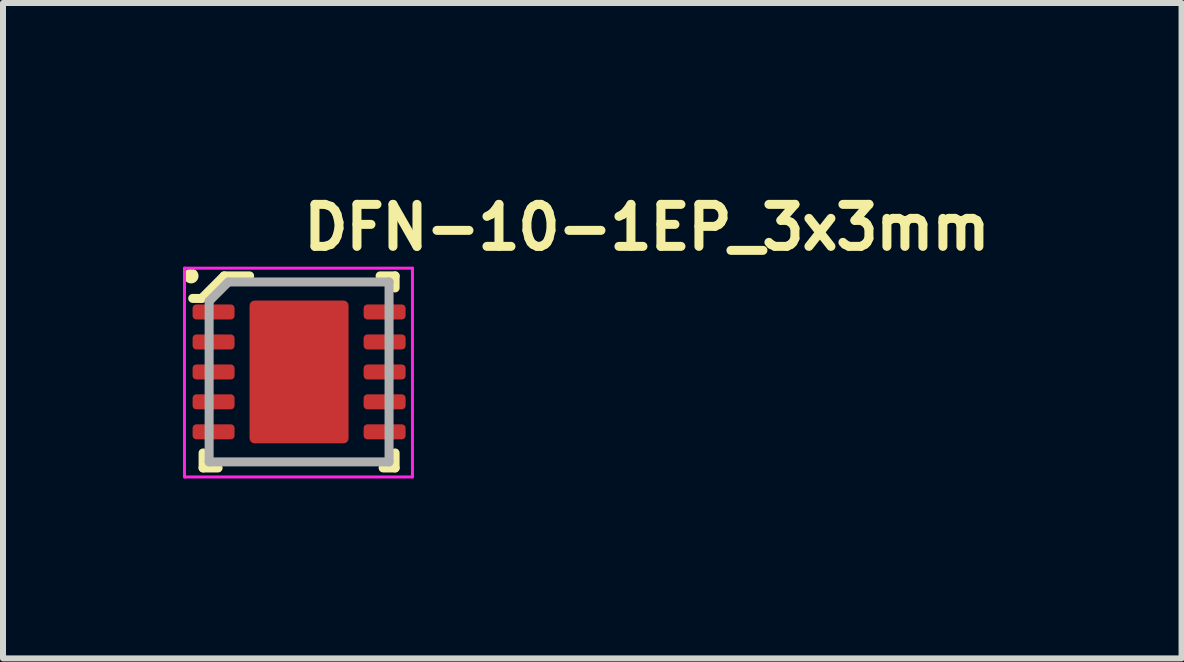
<source format=kicad_pcb>
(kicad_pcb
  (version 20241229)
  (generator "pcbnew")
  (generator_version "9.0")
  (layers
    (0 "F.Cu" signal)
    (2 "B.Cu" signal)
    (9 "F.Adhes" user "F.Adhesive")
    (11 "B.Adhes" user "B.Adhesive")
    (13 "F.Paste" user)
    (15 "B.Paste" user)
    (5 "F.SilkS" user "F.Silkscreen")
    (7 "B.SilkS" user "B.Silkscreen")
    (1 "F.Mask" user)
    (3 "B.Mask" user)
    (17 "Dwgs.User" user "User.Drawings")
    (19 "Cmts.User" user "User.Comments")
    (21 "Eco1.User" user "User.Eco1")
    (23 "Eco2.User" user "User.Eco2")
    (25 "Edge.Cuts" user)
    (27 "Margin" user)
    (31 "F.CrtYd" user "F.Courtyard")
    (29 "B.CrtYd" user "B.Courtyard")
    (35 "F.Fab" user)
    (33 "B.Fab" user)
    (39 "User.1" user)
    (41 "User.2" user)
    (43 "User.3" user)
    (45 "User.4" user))
  (footprint "DFN-10-1EP_3x3mm"
    (layer "F.Cu")
    (at 1.935 3.15)
    (property "Reference" "DFN-10-1EP_3x3mm" (at 0 -2 0) (layer "F.SilkS") (effects (font (size 0.7 0.7) (thickness 0.15)) (justify left bottom)))
    (attr smd)
    (fp_line (start -1.624 -1.226) (end -1.773 -1.226) (stroke (width 0.15) (type solid)) (layer "F.SilkS"))
    (fp_line (start -1.6 1.6) (end -1.6 1.35) (stroke (width 0.15) (type solid)) (layer "F.SilkS"))
    (fp_line (start -1.6 1.6) (end -1.35 1.6) (stroke (width 0.15) (type solid)) (layer "F.SilkS"))
    (fp_line (start -1.249 -1.601) (end -1.624 -1.226) (stroke (width 0.15) (type solid)) (layer "F.SilkS"))
    (fp_line (start -1.249 -1.601) (end -0.824 -1.601) (stroke (width 0.15) (type solid)) (layer "F.SilkS"))
    (fp_line (start 1.601 -1.601) (end 1.351 -1.601) (stroke (width 0.15) (type solid)) (layer "F.SilkS"))
    (fp_line (start 1.601 -1.601) (end 1.601 -1.401) (stroke (width 0.15) (type solid)) (layer "F.SilkS"))
    (fp_line (start 1.601 1.6) (end 1.401 1.6) (stroke (width 0.15) (type solid)) (layer "F.SilkS"))
    (fp_line (start 1.601 1.6) (end 1.601 1.35) (stroke (width 0.15) (type solid)) (layer "F.SilkS"))
    (fp_circle (center -1.8 -1.6) (end -1.8 -1.551) (stroke (width 0.15) (type solid)) (fill yes) (layer "F.SilkS"))
    (fp_line (start -1.91 -1.73) (end 1.89 -1.73) (stroke (width 0.05) (type solid)) (layer "F.CrtYd"))
    (fp_line (start -1.91 1.75) (end -1.91 -1.73) (stroke (width 0.05) (type solid)) (layer "F.CrtYd"))
    (fp_line (start 1.89 1.75) (end -1.91 1.75) (stroke (width 0.05) (type solid)) (layer "F.CrtYd"))
    (fp_line (start 1.89 1.75) (end 1.89 -1.73) (stroke (width 0.05) (type solid)) (layer "F.CrtYd"))
    (fp_line (start -1.499 -1.18) (end -1.179 -1.5) (stroke (width 0.15) (type solid)) (layer "F.Fab"))
    (fp_line (start -1.499 1.499) (end -1.499 -1.176) (stroke (width 0.15) (type solid)) (layer "F.Fab"))
    (fp_line (start 1.5 -1.5) (end -1.175 -1.5) (stroke (width 0.15) (type solid)) (layer "F.Fab"))
    (fp_line (start 1.5 -1.5) (end 1.5 1.499) (stroke (width 0.15) (type solid)) (layer "F.Fab"))
    (fp_line (start 1.5 1.499) (end -1.499 1.499) (stroke (width 0.15) (type solid)) (layer "F.Fab"))
    (fp_rect (start -1.5 1.49) (end 1.499 -1.489) (stroke (width 0.1) (type solid)) (fill no) (layer "User.5"))
    (fp_line (start -1.5 -1.124) (end -1.5 -0.873) (stroke (width 0.02) (type solid)) (layer "User.9"))
    (fp_line (start -1.5 -0.873) (end -1.49 -0.873) (stroke (width 0.02) (type solid)) (layer "User.9"))
    (fp_line (start -1.5 -0.623) (end -1.5 -0.373) (stroke (width 0.02) (type solid)) (layer "User.9"))
    (fp_line (start -1.5 -0.373) (end -1.49 -0.373) (stroke (width 0.02) (type solid)) (layer "User.9"))
    (fp_line (start -1.5 -0.123) (end -1.5 0.125) (stroke (width 0.02) (type solid)) (layer "User.9"))
    (fp_line (start -1.5 0.125) (end -1.49 0.125) (stroke (width 0.02) (type solid)) (layer "User.9"))
    (fp_line (start -1.5 0.375) (end -1.5 0.625) (stroke (width 0.02) (type solid)) (layer "User.9"))
    (fp_line (start -1.5 0.625) (end -1.49 0.625) (stroke (width 0.02) (type solid)) (layer "User.9"))
    (fp_line (start -1.5 0.875) (end -1.5 1.125) (stroke (width 0.02) (type solid)) (layer "User.9"))
    (fp_line (start -1.5 1.125) (end -1.49 1.125) (stroke (width 0.02) (type solid)) (layer "User.9"))
    (fp_line (start -1.49 -1.489) (end -1.49 1.49) (stroke (width 0.02) (type solid)) (layer "User.9"))
    (fp_line (start -1.49 -1.489) (end 1.489 -1.489) (stroke (width 0.02) (type solid)) (layer "User.9"))
    (fp_line (start -1.49 -1.124) (end -1.5 -1.124) (stroke (width 0.02) (type solid)) (layer "User.9"))
    (fp_line (start -1.49 -0.623) (end -1.5 -0.623) (stroke (width 0.02) (type solid)) (layer "User.9"))
    (fp_line (start -1.49 -0.123) (end -1.5 -0.123) (stroke (width 0.02) (type solid)) (layer "User.9"))
    (fp_line (start -1.49 0.375) (end -1.5 0.375) (stroke (width 0.02) (type solid)) (layer "User.9"))
    (fp_line (start -1.49 0.875) (end -1.5 0.875) (stroke (width 0.02) (type solid)) (layer "User.9"))
    (fp_line (start -1.49 1.49) (end 1.489 1.49) (stroke (width 0.02) (type solid)) (layer "User.9"))
    (fp_line (start -1.151 -0.912) (end -1.151 -0.9) (stroke (width 0.02) (type solid)) (layer "User.9"))
    (fp_line (start -1.151 -0.9) (end -1.151 -0.9) (stroke (width 0.02) (type solid)) (layer "User.9"))
    (fp_line (start -1.151 -0.9) (end -1.151 -0.886) (stroke (width 0.02) (type solid)) (layer "User.9"))
    (fp_line (start -1.151 -0.886) (end -1.149 -0.873) (stroke (width 0.02) (type solid)) (layer "User.9"))
    (fp_line (start -1.149 -0.938) (end -1.149 -0.925) (stroke (width 0.02) (type solid)) (layer "User.9"))
    (fp_line (start -1.149 -0.925) (end -1.151 -0.912) (stroke (width 0.02) (type solid)) (layer "User.9"))
    (fp_line (start -1.149 -0.873) (end -1.149 -0.86) (stroke (width 0.02) (type solid)) (layer "User.9"))
    (fp_line (start -1.149 -0.86) (end -1.145 -0.848) (stroke (width 0.02) (type solid)) (layer "User.9"))
    (fp_line (start -1.145 -0.95) (end -1.149 -0.938) (stroke (width 0.02) (type solid)) (layer "User.9"))
    (fp_line (start -1.145 -0.848) (end -1.143 -0.836) (stroke (width 0.02) (type solid)) (layer "User.9"))
    (fp_line (start -1.143 -0.961) (end -1.145 -0.95) (stroke (width 0.02) (type solid)) (layer "User.9"))
    (fp_line (start -1.143 -0.836) (end -1.139 -0.825) (stroke (width 0.02) (type solid)) (layer "User.9"))
    (fp_line (start -1.139 -0.973) (end -1.143 -0.961) (stroke (width 0.02) (type solid)) (layer "User.9"))
    (fp_line (start -1.139 -0.825) (end -1.135 -0.814) (stroke (width 0.02) (type solid)) (layer "User.9"))
    (fp_line (start -1.135 -0.984) (end -1.139 -0.973) (stroke (width 0.02) (type solid)) (layer "User.9"))
    (fp_line (start -1.135 -0.814) (end -1.131 -0.802) (stroke (width 0.02) (type solid)) (layer "User.9"))
    (fp_line (start -1.131 -0.996) (end -1.135 -0.984) (stroke (width 0.02) (type solid)) (layer "User.9"))
    (fp_line (start -1.131 -0.802) (end -1.127 -0.791) (stroke (width 0.02) (type solid)) (layer "User.9"))
    (fp_line (start -1.127 -1.007) (end -1.131 -0.996) (stroke (width 0.02) (type solid)) (layer "User.9"))
    (fp_line (start -1.127 -0.791) (end -1.121 -0.78) (stroke (width 0.02) (type solid)) (layer "User.9"))
    (fp_line (start -1.121 -1.019) (end -1.127 -1.007) (stroke (width 0.02) (type solid)) (layer "User.9"))
    (fp_line (start -1.121 -0.78) (end -1.115 -0.77) (stroke (width 0.02) (type solid)) (layer "User.9"))
    (fp_line (start -1.115 -1.028) (end -1.121 -1.019) (stroke (width 0.02) (type solid)) (layer "User.9"))
    (fp_line (start -1.115 -0.77) (end -1.109 -0.759) (stroke (width 0.02) (type solid)) (layer "User.9"))
    (fp_line (start -1.109 -1.038) (end -1.115 -1.028) (stroke (width 0.02) (type solid)) (layer "User.9"))
    (fp_line (start -1.109 -0.759) (end -1.101 -0.749) (stroke (width 0.02) (type solid)) (layer "User.9"))
    (fp_line (start -1.101 -1.048) (end -1.109 -1.038) (stroke (width 0.02) (type solid)) (layer "User.9"))
    (fp_line (start -1.101 -0.749) (end -1.093 -0.739) (stroke (width 0.02) (type solid)) (layer "User.9"))
    (fp_line (start -1.093 -1.058) (end -1.101 -1.048) (stroke (width 0.02) (type solid)) (layer "User.9"))
    (fp_line (start -1.093 -0.739) (end -1.087 -0.73) (stroke (width 0.02) (type solid)) (layer "User.9"))
    (fp_line (start -1.087 -1.068) (end -1.093 -1.058) (stroke (width 0.02) (type solid)) (layer "User.9"))
    (fp_line (start -1.087 -0.73) (end -1.077 -0.722) (stroke (width 0.02) (type solid)) (layer "User.9"))
    (fp_line (start -1.077 -1.076) (end -1.087 -1.068) (stroke (width 0.02) (type solid)) (layer "User.9"))
    (fp_line (start -1.077 -0.722) (end -1.069 -0.713) (stroke (width 0.02) (type solid)) (layer "User.9"))
    (fp_line (start -1.069 -1.084) (end -1.077 -1.076) (stroke (width 0.02) (type solid)) (layer "User.9"))
    (fp_line (start -1.069 -0.713) (end -1.061 -0.706) (stroke (width 0.02) (type solid)) (layer "User.9"))
    (fp_line (start -1.061 -1.092) (end -1.069 -1.084) (stroke (width 0.02) (type solid)) (layer "User.9"))
    (fp_line (start -1.061 -0.706) (end -1.051 -0.699) (stroke (width 0.02) (type solid)) (layer "User.9"))
    (fp_line (start -1.051 -1.1) (end -1.061 -1.092) (stroke (width 0.02) (type solid)) (layer "User.9"))
    (fp_line (start -1.051 -0.699) (end -1.041 -0.692) (stroke (width 0.02) (type solid)) (layer "User.9"))
    (fp_line (start -1.041 -1.106) (end -1.051 -1.1) (stroke (width 0.02) (type solid)) (layer "User.9"))
    (fp_line (start -1.041 -0.692) (end -1.031 -0.686) (stroke (width 0.02) (type solid)) (layer "User.9"))
    (fp_line (start -1.031 -1.112) (end -1.041 -1.106) (stroke (width 0.02) (type solid)) (layer "User.9"))
    (fp_line (start -1.031 -0.686) (end -1.02 -0.68) (stroke (width 0.02) (type solid)) (layer "User.9"))
    (fp_line (start -1.02 -1.118) (end -1.031 -1.112) (stroke (width 0.02) (type solid)) (layer "User.9"))
    (fp_line (start -1.02 -0.68) (end -1.01 -0.674) (stroke (width 0.02) (type solid)) (layer "User.9"))
    (fp_line (start -1.01 -1.124) (end -1.02 -1.118) (stroke (width 0.02) (type solid)) (layer "User.9"))
    (fp_line (start -1.01 -0.674) (end -0.998 -0.669) (stroke (width 0.02) (type solid)) (layer "User.9"))
    (fp_line (start -0.998 -1.13) (end -1.01 -1.124) (stroke (width 0.02) (type solid)) (layer "User.9"))
    (fp_line (start -0.998 -0.669) (end -0.986 -0.665) (stroke (width 0.02) (type solid)) (layer "User.9"))
    (fp_line (start -0.986 -1.134) (end -0.998 -1.13) (stroke (width 0.02) (type solid)) (layer "User.9"))
    (fp_line (start -0.986 -0.665) (end -0.975 -0.661) (stroke (width 0.02) (type solid)) (layer "User.9"))
    (fp_line (start -0.975 -1.138) (end -0.986 -1.134) (stroke (width 0.02) (type solid)) (layer "User.9"))
    (fp_line (start -0.975 -0.661) (end -0.963 -0.657) (stroke (width 0.02) (type solid)) (layer "User.9"))
    (fp_line (start -0.963 -1.142) (end -0.975 -1.138) (stroke (width 0.02) (type solid)) (layer "User.9"))
    (fp_line (start -0.963 -0.657) (end -0.952 -0.655) (stroke (width 0.02) (type solid)) (layer "User.9"))
    (fp_line (start -0.952 -1.144) (end -0.963 -1.142) (stroke (width 0.02) (type solid)) (layer "User.9"))
    (fp_line (start -0.952 -0.655) (end -0.94 -0.652) (stroke (width 0.02) (type solid)) (layer "User.9"))
    (fp_line (start -0.94 -1.146) (end -0.952 -1.144) (stroke (width 0.02) (type solid)) (layer "User.9"))
    (fp_line (start -0.94 -0.652) (end -0.927 -0.651) (stroke (width 0.02) (type solid)) (layer "User.9"))
    (fp_line (start -0.927 -1.148) (end -0.94 -1.146) (stroke (width 0.02) (type solid)) (layer "User.9"))
    (fp_line (start -0.927 -0.651) (end -0.914 -0.65) (stroke (width 0.02) (type solid)) (layer "User.9"))
    (fp_line (start -0.914 -1.148) (end -0.927 -1.148) (stroke (width 0.02) (type solid)) (layer "User.9"))
    (fp_line (start -0.914 -0.65) (end -0.902 -0.65) (stroke (width 0.02) (type solid)) (layer "User.9"))
    (fp_line (start -0.902 -1.148) (end -0.914 -1.148) (stroke (width 0.02) (type solid)) (layer "User.9"))
    (fp_line (start -0.902 -1.148) (end -0.902 -1.148) (stroke (width 0.02) (type solid)) (layer "User.9"))
    (fp_line (start -0.902 -1.148) (end -0.902 -1.148) (stroke (width 0.02) (type solid)) (layer "User.9"))
    (fp_line (start -0.902 -0.65) (end -0.902 -0.65) (stroke (width 0.02) (type solid)) (layer "User.9"))
    (fp_line (start -0.902 -0.65) (end -0.888 -0.65) (stroke (width 0.02) (type solid)) (layer "User.9"))
    (fp_line (start -0.888 -1.148) (end -0.902 -1.148) (stroke (width 0.02) (type solid)) (layer "User.9"))
    (fp_line (start -0.888 -0.65) (end -0.875 -0.651) (stroke (width 0.02) (type solid)) (layer "User.9"))
    (fp_line (start -0.875 -1.148) (end -0.888 -1.148) (stroke (width 0.02) (type solid)) (layer "User.9"))
    (fp_line (start -0.875 -0.651) (end -0.862 -0.652) (stroke (width 0.02) (type solid)) (layer "User.9"))
    (fp_line (start -0.862 -1.146) (end -0.875 -1.148) (stroke (width 0.02) (type solid)) (layer "User.9"))
    (fp_line (start -0.862 -0.652) (end -0.85 -0.655) (stroke (width 0.02) (type solid)) (layer "User.9"))
    (fp_line (start -0.85 -1.144) (end -0.862 -1.146) (stroke (width 0.02) (type solid)) (layer "User.9"))
    (fp_line (start -0.85 -0.655) (end -0.838 -0.657) (stroke (width 0.02) (type solid)) (layer "User.9"))
    (fp_line (start -0.838 -1.142) (end -0.85 -1.144) (stroke (width 0.02) (type solid)) (layer "User.9"))
    (fp_line (start -0.838 -0.657) (end -0.827 -0.661) (stroke (width 0.02) (type solid)) (layer "User.9"))
    (fp_line (start -0.827 -1.138) (end -0.838 -1.142) (stroke (width 0.02) (type solid)) (layer "User.9"))
    (fp_line (start -0.827 -0.661) (end -0.816 -0.665) (stroke (width 0.02) (type solid)) (layer "User.9"))
    (fp_line (start -0.816 -1.134) (end -0.827 -1.138) (stroke (width 0.02) (type solid)) (layer "User.9"))
    (fp_line (start -0.816 -0.665) (end -0.804 -0.669) (stroke (width 0.02) (type solid)) (layer "User.9"))
    (fp_line (start -0.804 -1.13) (end -0.816 -1.134) (stroke (width 0.02) (type solid)) (layer "User.9"))
    (fp_line (start -0.804 -0.669) (end -0.793 -0.674) (stroke (width 0.02) (type solid)) (layer "User.9"))
    (fp_line (start -0.793 -1.124) (end -0.804 -1.13) (stroke (width 0.02) (type solid)) (layer "User.9"))
    (fp_line (start -0.793 -0.674) (end -0.782 -0.68) (stroke (width 0.02) (type solid)) (layer "User.9"))
    (fp_line (start -0.782 -1.118) (end -0.793 -1.124) (stroke (width 0.02) (type solid)) (layer "User.9"))
    (fp_line (start -0.782 -0.68) (end -0.772 -0.686) (stroke (width 0.02) (type solid)) (layer "User.9"))
    (fp_line (start -0.772 -1.112) (end -0.782 -1.118) (stroke (width 0.02) (type solid)) (layer "User.9"))
    (fp_line (start -0.772 -0.686) (end -0.761 -0.692) (stroke (width 0.02) (type solid)) (layer "User.9"))
    (fp_line (start -0.761 -1.106) (end -0.772 -1.112) (stroke (width 0.02) (type solid)) (layer "User.9"))
    (fp_line (start -0.761 -0.692) (end -0.751 -0.699) (stroke (width 0.02) (type solid)) (layer "User.9"))
    (fp_line (start -0.751 -1.1) (end -0.761 -1.106) (stroke (width 0.02) (type solid)) (layer "User.9"))
    (fp_line (start -0.751 -0.699) (end -0.741 -0.706) (stroke (width 0.02) (type solid)) (layer "User.9"))
    (fp_line (start -0.741 -1.092) (end -0.751 -1.1) (stroke (width 0.02) (type solid)) (layer "User.9"))
    (fp_line (start -0.741 -0.706) (end -0.732 -0.713) (stroke (width 0.02) (type solid)) (layer "User.9"))
    (fp_line (start -0.732 -1.084) (end -0.741 -1.092) (stroke (width 0.02) (type solid)) (layer "User.9"))
    (fp_line (start -0.732 -0.713) (end -0.724 -0.722) (stroke (width 0.02) (type solid)) (layer "User.9"))
    (fp_line (start -0.724 -1.076) (end -0.732 -1.084) (stroke (width 0.02) (type solid)) (layer "User.9"))
    (fp_line (start -0.724 -0.722) (end -0.715 -0.73) (stroke (width 0.02) (type solid)) (layer "User.9"))
    (fp_line (start -0.715 -1.068) (end -0.724 -1.076) (stroke (width 0.02) (type solid)) (layer "User.9"))
    (fp_line (start -0.715 -0.73) (end -0.708 -0.739) (stroke (width 0.02) (type solid)) (layer "User.9"))
    (fp_line (start -0.708 -1.058) (end -0.715 -1.068) (stroke (width 0.02) (type solid)) (layer "User.9"))
    (fp_line (start -0.708 -0.739) (end -0.701 -0.749) (stroke (width 0.02) (type solid)) (layer "User.9"))
    (fp_line (start -0.701 -1.048) (end -0.708 -1.058) (stroke (width 0.02) (type solid)) (layer "User.9"))
    (fp_line (start -0.701 -0.749) (end -0.694 -0.759) (stroke (width 0.02) (type solid)) (layer "User.9"))
    (fp_line (start -0.694 -1.038) (end -0.701 -1.048) (stroke (width 0.02) (type solid)) (layer "User.9"))
    (fp_line (start -0.694 -0.759) (end -0.688 -0.77) (stroke (width 0.02) (type solid)) (layer "User.9"))
    (fp_line (start -0.688 -1.028) (end -0.694 -1.038) (stroke (width 0.02) (type solid)) (layer "User.9"))
    (fp_line (start -0.688 -0.77) (end -0.682 -0.78) (stroke (width 0.02) (type solid)) (layer "User.9"))
    (fp_line (start -0.682 -1.019) (end -0.688 -1.028) (stroke (width 0.02) (type solid)) (layer "User.9"))
    (fp_line (start -0.682 -0.78) (end -0.676 -0.791) (stroke (width 0.02) (type solid)) (layer "User.9"))
    (fp_line (start -0.676 -1.007) (end -0.682 -1.019) (stroke (width 0.02) (type solid)) (layer "User.9"))
    (fp_line (start -0.676 -0.791) (end -0.671 -0.802) (stroke (width 0.02) (type solid)) (layer "User.9"))
    (fp_line (start -0.671 -0.996) (end -0.676 -1.007) (stroke (width 0.02) (type solid)) (layer "User.9"))
    (fp_line (start -0.671 -0.802) (end -0.667 -0.814) (stroke (width 0.02) (type solid)) (layer "User.9"))
    (fp_line (start -0.667 -0.984) (end -0.671 -0.996) (stroke (width 0.02) (type solid)) (layer "User.9"))
    (fp_line (start -0.667 -0.814) (end -0.663 -0.825) (stroke (width 0.02) (type solid)) (layer "User.9"))
    (fp_line (start -0.663 -0.973) (end -0.667 -0.984) (stroke (width 0.02) (type solid)) (layer "User.9"))
    (fp_line (start -0.663 -0.825) (end -0.659 -0.836) (stroke (width 0.02) (type solid)) (layer "User.9"))
    (fp_line (start -0.659 -0.961) (end -0.663 -0.973) (stroke (width 0.02) (type solid)) (layer "User.9"))
    (fp_line (start -0.659 -0.836) (end -0.657 -0.848) (stroke (width 0.02) (type solid)) (layer "User.9"))
    (fp_line (start -0.657 -0.95) (end -0.659 -0.961) (stroke (width 0.02) (type solid)) (layer "User.9"))
    (fp_line (start -0.657 -0.848) (end -0.654 -0.86) (stroke (width 0.02) (type solid)) (layer "User.9"))
    (fp_line (start -0.654 -0.938) (end -0.657 -0.95) (stroke (width 0.02) (type solid)) (layer "User.9"))
    (fp_line (start -0.654 -0.86) (end -0.653 -0.873) (stroke (width 0.02) (type solid)) (layer "User.9"))
    (fp_line (start -0.653 -0.925) (end -0.654 -0.938) (stroke (width 0.02) (type solid)) (layer "User.9"))
    (fp_line (start -0.653 -0.873) (end -0.652 -0.886) (stroke (width 0.02) (type solid)) (layer "User.9"))
    (fp_line (start -0.652 -0.912) (end -0.653 -0.925) (stroke (width 0.02) (type solid)) (layer "User.9"))
    (fp_line (start -0.652 -0.9) (end -0.652 -0.912) (stroke (width 0.02) (type solid)) (layer "User.9"))
    (fp_line (start -0.652 -0.9) (end -0.652 -0.9) (stroke (width 0.02) (type solid)) (layer "User.9"))
    (fp_line (start -0.652 -0.886) (end -0.652 -0.9) (stroke (width 0.02) (type solid)) (layer "User.9"))
    (fp_line (start 1.489 -1.489) (end 1.489 1.49) (stroke (width 0.02) (type solid)) (layer "User.9"))
    (fp_line (start 1.489 -0.873) (end 1.499 -0.873) (stroke (width 0.02) (type solid)) (layer "User.9"))
    (fp_line (start 1.489 -0.373) (end 1.499 -0.373) (stroke (width 0.02) (type solid)) (layer "User.9"))
    (fp_line (start 1.489 0.125) (end 1.499 0.125) (stroke (width 0.02) (type solid)) (layer "User.9"))
    (fp_line (start 1.489 0.625) (end 1.499 0.625) (stroke (width 0.02) (type solid)) (layer "User.9"))
    (fp_line (start 1.489 1.125) (end 1.499 1.125) (stroke (width 0.02) (type solid)) (layer "User.9"))
    (fp_line (start 1.499 -1.124) (end 1.489 -1.124) (stroke (width 0.02) (type solid)) (layer "User.9"))
    (fp_line (start 1.499 -0.873) (end 1.499 -1.124) (stroke (width 0.02) (type solid)) (layer "User.9"))
    (fp_line (start 1.499 -0.623) (end 1.489 -0.623) (stroke (width 0.02) (type solid)) (layer "User.9"))
    (fp_line (start 1.499 -0.373) (end 1.499 -0.623) (stroke (width 0.02) (type solid)) (layer "User.9"))
    (fp_line (start 1.499 -0.123) (end 1.489 -0.123) (stroke (width 0.02) (type solid)) (layer "User.9"))
    (fp_line (start 1.499 0.125) (end 1.499 -0.123) (stroke (width 0.02) (type solid)) (layer "User.9"))
    (fp_line (start 1.499 0.375) (end 1.489 0.375) (stroke (width 0.02) (type solid)) (layer "User.9"))
    (fp_line (start 1.499 0.625) (end 1.499 0.375) (stroke (width 0.02) (type solid)) (layer "User.9"))
    (fp_line (start 1.499 0.875) (end 1.489 0.875) (stroke (width 0.02) (type solid)) (layer "User.9"))
    (fp_line (start 1.499 1.125) (end 1.499 0.875) (stroke (width 0.02) (type solid)) (layer "User.9"))
    (pad "1" smd roundrect (at -1.425 -1 270) (size 0.25 0.7) (layers "F.Cu" "F.Mask" "F.Paste") (roundrect_rratio 0.25))
    (pad "2" smd roundrect (at -1.425 -0.5 270) (size 0.25 0.7) (layers "F.Cu" "F.Mask" "F.Paste") (roundrect_rratio 0.25))
    (pad "3" smd roundrect (at -1.425 0 270) (size 0.25 0.7) (layers "F.Cu" "F.Mask" "F.Paste") (roundrect_rratio 0.25))
    (pad "4" smd roundrect (at -1.425 0.498 270) (size 0.25 0.7) (layers "F.Cu" "F.Mask" "F.Paste") (roundrect_rratio 0.25))
    (pad "5" smd roundrect (at -1.425 0.998 270) (size 0.25 0.7) (layers "F.Cu" "F.Mask" "F.Paste") (roundrect_rratio 0.25))
    (pad "6" smd roundrect (at 1.426 0.998 270) (size 0.25 0.7) (layers "F.Cu" "F.Mask" "F.Paste") (roundrect_rratio 0.25))
    (pad "7" smd roundrect (at 1.426 0.498 270) (size 0.25 0.7) (layers "F.Cu" "F.Mask" "F.Paste") (roundrect_rratio 0.25))
    (pad "8" smd roundrect (at 1.426 0 270) (size 0.25 0.7) (layers "F.Cu" "F.Mask" "F.Paste") (roundrect_rratio 0.25))
    (pad "9" smd roundrect (at 1.426 -0.5 270) (size 0.25 0.7) (layers "F.Cu" "F.Mask" "F.Paste") (roundrect_rratio 0.25))
    (pad "10" smd roundrect (at 1.426 -1 270) (size 0.25 0.7) (layers "F.Cu" "F.Mask" "F.Paste") (roundrect_rratio 0.25))
    (pad "11" smd roundrect (at 0 0 270) (size 2.38 1.65) (layers "F.Cu" "F.Mask" "F.Paste") (roundrect_rratio 0.05)))
  (gr_rect
    (start -3 -3)
    (end 16.645 7.925)
    (stroke (width 0.1) (type default))
    (fill no)
    (layer "Edge.Cuts")))
</source>
